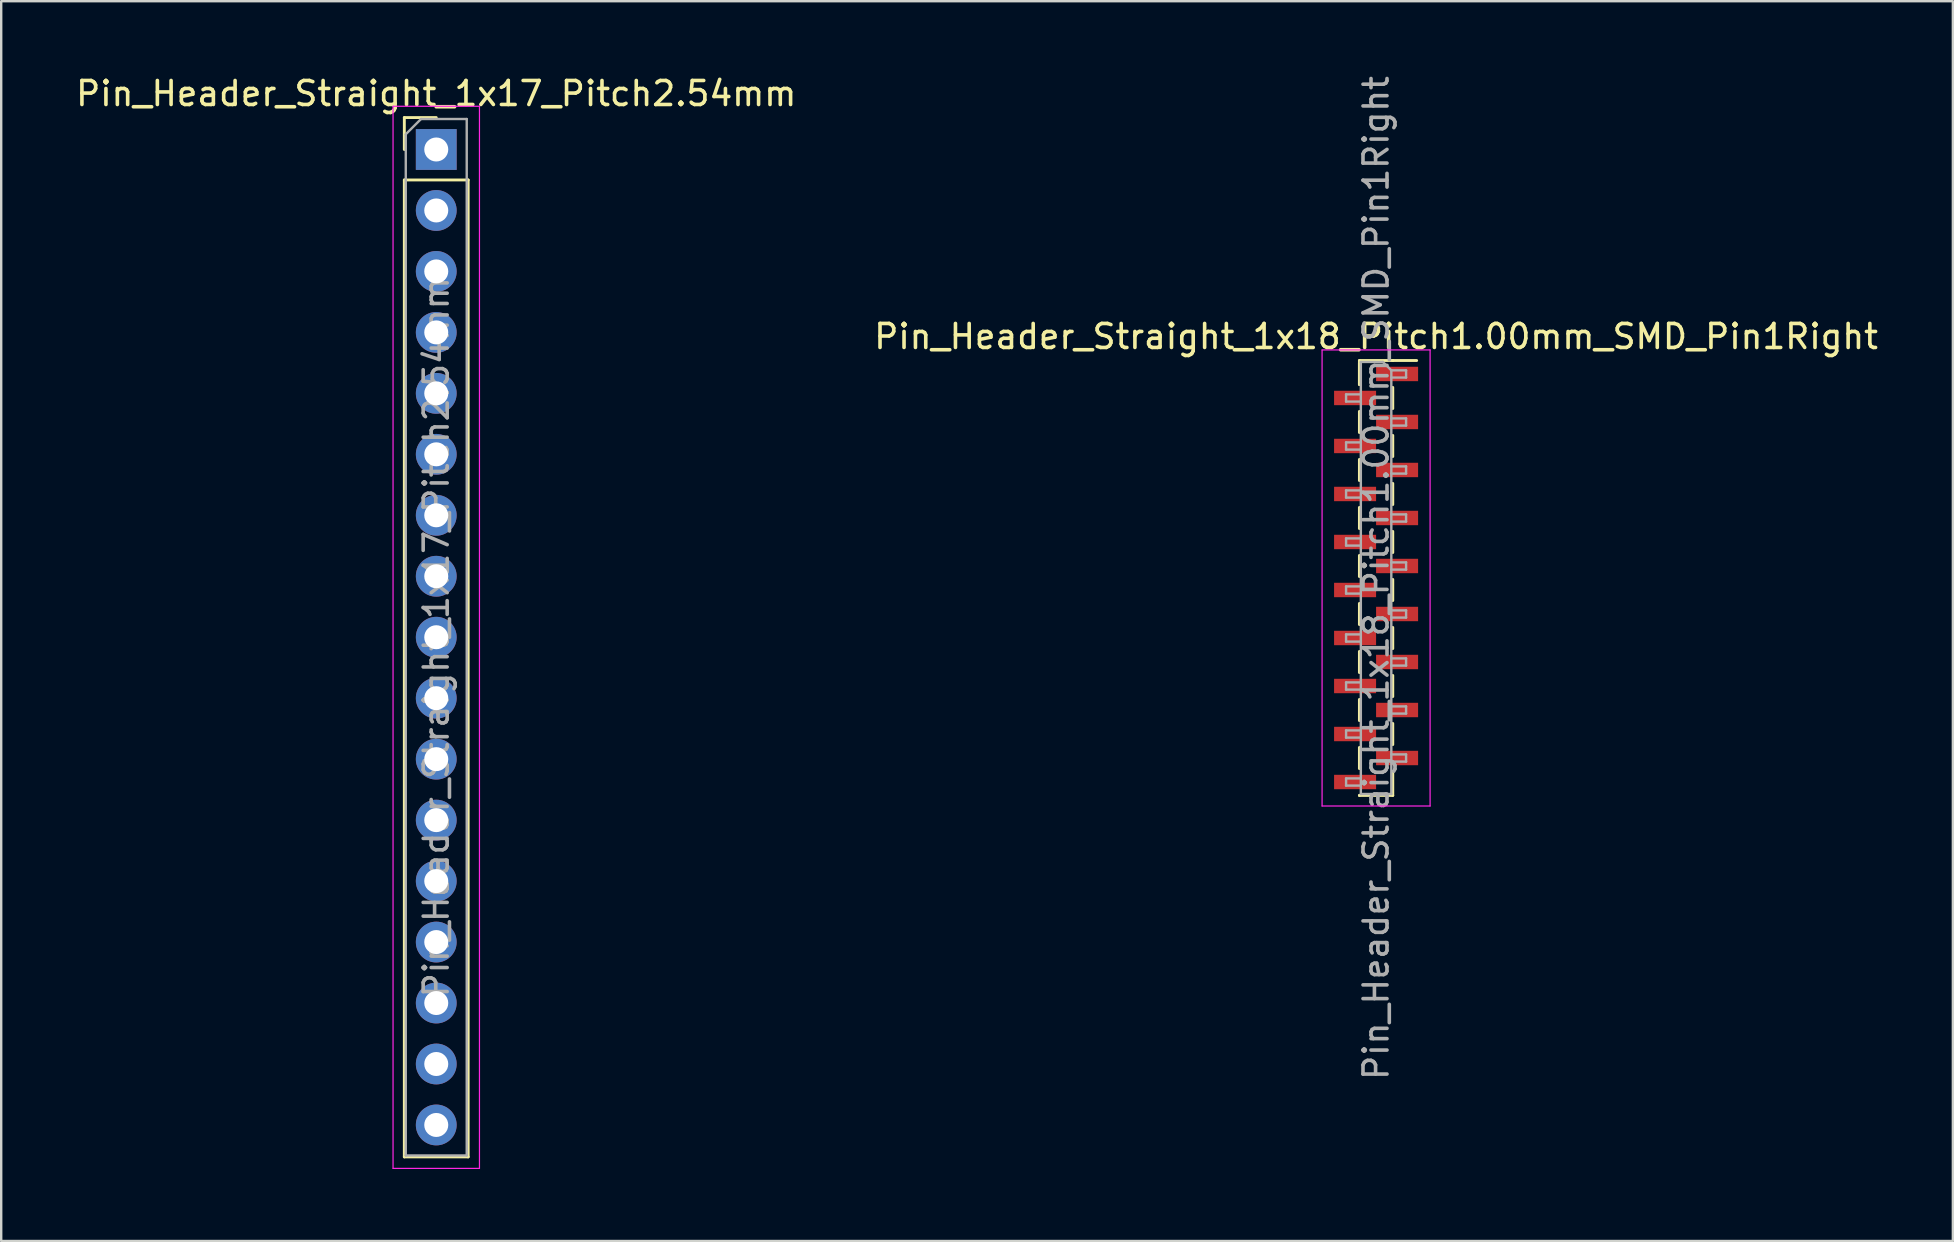
<source format=kicad_pcb>
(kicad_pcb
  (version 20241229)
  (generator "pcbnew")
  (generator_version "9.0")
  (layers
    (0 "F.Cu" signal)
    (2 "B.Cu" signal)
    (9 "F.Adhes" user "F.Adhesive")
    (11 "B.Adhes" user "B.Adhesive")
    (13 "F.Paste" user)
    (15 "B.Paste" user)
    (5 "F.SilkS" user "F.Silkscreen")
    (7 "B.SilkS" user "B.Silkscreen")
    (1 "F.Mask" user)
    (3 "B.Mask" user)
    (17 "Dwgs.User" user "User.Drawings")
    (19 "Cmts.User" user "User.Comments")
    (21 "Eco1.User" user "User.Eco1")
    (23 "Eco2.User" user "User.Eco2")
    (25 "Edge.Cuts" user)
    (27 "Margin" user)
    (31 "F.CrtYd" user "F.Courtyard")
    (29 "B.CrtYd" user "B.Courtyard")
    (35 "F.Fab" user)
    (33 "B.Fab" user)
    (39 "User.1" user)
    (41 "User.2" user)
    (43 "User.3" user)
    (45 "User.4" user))
  (footprint "Pin_Header_Straight_1x17_Pitch2.54mm"
    (layer "F.Cu")
    (at 15.125 3.178)
    (property "Reference" "Pin_Header_Straight_1x17_Pitch2.54mm" (at 0 -2.33 0) (layer "F.SilkS") (effects (font (size 1 1) (thickness 0.15))))
    (attr through_hole)
    (fp_line (start -1.33 -1.33) (end 0 -1.33) (stroke (width 0.12) (type solid)) (layer "F.SilkS"))
    (fp_line (start -1.33 0) (end -1.33 -1.33) (stroke (width 0.12) (type solid)) (layer "F.SilkS"))
    (fp_line (start -1.33 1.27) (end -1.33 41.97) (stroke (width 0.12) (type solid)) (layer "F.SilkS"))
    (fp_line (start -1.33 1.27) (end 1.33 1.27) (stroke (width 0.12) (type solid)) (layer "F.SilkS"))
    (fp_line (start -1.33 41.97) (end 1.33 41.97) (stroke (width 0.12) (type solid)) (layer "F.SilkS"))
    (fp_line (start 1.33 1.27) (end 1.33 41.97) (stroke (width 0.12) (type solid)) (layer "F.SilkS"))
    (fp_line (start -1.8 -1.8) (end -1.8 42.45) (stroke (width 0.05) (type solid)) (layer "F.CrtYd"))
    (fp_line (start -1.8 42.45) (end 1.8 42.45) (stroke (width 0.05) (type solid)) (layer "F.CrtYd"))
    (fp_line (start 1.8 -1.8) (end -1.8 -1.8) (stroke (width 0.05) (type solid)) (layer "F.CrtYd"))
    (fp_line (start 1.8 42.45) (end 1.8 -1.8) (stroke (width 0.05) (type solid)) (layer "F.CrtYd"))
    (fp_line (start -1.27 -0.635) (end -0.635 -1.27) (stroke (width 0.1) (type solid)) (layer "F.Fab"))
    (fp_line (start -1.27 41.91) (end -1.27 -0.635) (stroke (width 0.1) (type solid)) (layer "F.Fab"))
    (fp_line (start -0.635 -1.27) (end 1.27 -1.27) (stroke (width 0.1) (type solid)) (layer "F.Fab"))
    (fp_line (start 1.27 -1.27) (end 1.27 41.91) (stroke (width 0.1) (type solid)) (layer "F.Fab"))
    (fp_line (start 1.27 41.91) (end -1.27 41.91) (stroke (width 0.1) (type solid)) (layer "F.Fab"))
    (fp_text user "${REFERENCE}" (at 0 20.32 90) (layer "F.Fab") (effects (font (size 1 1) (thickness 0.15))))
    (pad "1" thru_hole rect (at 0 0) (size 1.7 1.7) (drill 1) (layers "*.Cu" "*.Mask"))
    (pad "2" thru_hole oval (at 0 2.54) (size 1.7 1.7) (drill 1) (layers "*.Cu" "*.Mask"))
    (pad "3" thru_hole oval (at 0 5.08) (size 1.7 1.7) (drill 1) (layers "*.Cu" "*.Mask"))
    (pad "4" thru_hole oval (at 0 7.62) (size 1.7 1.7) (drill 1) (layers "*.Cu" "*.Mask"))
    (pad "5" thru_hole oval (at 0 10.16) (size 1.7 1.7) (drill 1) (layers "*.Cu" "*.Mask"))
    (pad "6" thru_hole oval (at 0 12.7) (size 1.7 1.7) (drill 1) (layers "*.Cu" "*.Mask"))
    (pad "7" thru_hole oval (at 0 15.24) (size 1.7 1.7) (drill 1) (layers "*.Cu" "*.Mask"))
    (pad "8" thru_hole oval (at 0 17.78) (size 1.7 1.7) (drill 1) (layers "*.Cu" "*.Mask"))
    (pad "9" thru_hole oval (at 0 20.32) (size 1.7 1.7) (drill 1) (layers "*.Cu" "*.Mask"))
    (pad "10" thru_hole oval (at 0 22.86) (size 1.7 1.7) (drill 1) (layers "*.Cu" "*.Mask"))
    (pad "11" thru_hole oval (at 0 25.4) (size 1.7 1.7) (drill 1) (layers "*.Cu" "*.Mask"))
    (pad "12" thru_hole oval (at 0 27.94) (size 1.7 1.7) (drill 1) (layers "*.Cu" "*.Mask"))
    (pad "13" thru_hole oval (at 0 30.48) (size 1.7 1.7) (drill 1) (layers "*.Cu" "*.Mask"))
    (pad "14" thru_hole oval (at 0 33.02) (size 1.7 1.7) (drill 1) (layers "*.Cu" "*.Mask"))
    (pad "15" thru_hole oval (at 0 35.56) (size 1.7 1.7) (drill 1) (layers "*.Cu" "*.Mask"))
    (pad "16" thru_hole oval (at 0 38.1) (size 1.7 1.7) (drill 1) (layers "*.Cu" "*.Mask"))
    (pad "17" thru_hole oval (at 0 40.64) (size 1.7 1.7) (drill 1) (layers "*.Cu" "*.Mask")))
  (footprint "Pin_Header_Straight_1x18_Pitch1.00mm_SMD_Pin1Right"
    (layer "F.Cu")
    (at 54.28 21.03)
    (property "Reference" "Pin_Header_Straight_1x18_Pitch1.00mm_SMD_Pin1Right" (at 0 -10.06 0) (layer "F.SilkS") (effects (font (size 1 1) (thickness 0.15))))
    (attr smd)
    (fp_line (start -0.695 -9.06) (end -0.695 -8.06) (stroke (width 0.12) (type solid)) (layer "F.SilkS"))
    (fp_line (start -0.695 -9.06) (end 0.695 -9.06) (stroke (width 0.12) (type solid)) (layer "F.SilkS"))
    (fp_line (start -0.695 -8.94) (end -0.695 -8.06) (stroke (width 0.12) (type solid)) (layer "F.SilkS"))
    (fp_line (start -0.695 -6.94) (end -0.695 -6.06) (stroke (width 0.12) (type solid)) (layer "F.SilkS"))
    (fp_line (start -0.695 -4.94) (end -0.695 -4.06) (stroke (width 0.12) (type solid)) (layer "F.SilkS"))
    (fp_line (start -0.695 -2.94) (end -0.695 -2.06) (stroke (width 0.12) (type solid)) (layer "F.SilkS"))
    (fp_line (start -0.695 -0.94) (end -0.695 -0.06) (stroke (width 0.12) (type solid)) (layer "F.SilkS"))
    (fp_line (start -0.695 1.06) (end -0.695 1.94) (stroke (width 0.12) (type solid)) (layer "F.SilkS"))
    (fp_line (start -0.695 3.06) (end -0.695 3.94) (stroke (width 0.12) (type solid)) (layer "F.SilkS"))
    (fp_line (start -0.695 5.06) (end -0.695 5.94) (stroke (width 0.12) (type solid)) (layer "F.SilkS"))
    (fp_line (start -0.695 7.06) (end -0.695 7.94) (stroke (width 0.12) (type solid)) (layer "F.SilkS"))
    (fp_line (start -0.695 9.06) (end -0.695 9.06) (stroke (width 0.12) (type solid)) (layer "F.SilkS"))
    (fp_line (start -0.695 9.06) (end 0.695 9.06) (stroke (width 0.12) (type solid)) (layer "F.SilkS"))
    (fp_line (start 0.695 -9.06) (end 0.695 -9.06) (stroke (width 0.12) (type solid)) (layer "F.SilkS"))
    (fp_line (start 0.695 -9.06) (end 1.69 -9.06) (stroke (width 0.12) (type solid)) (layer "F.SilkS"))
    (fp_line (start 0.695 -7.94) (end 0.695 -7.06) (stroke (width 0.12) (type solid)) (layer "F.SilkS"))
    (fp_line (start 0.695 -5.94) (end 0.695 -5.06) (stroke (width 0.12) (type solid)) (layer "F.SilkS"))
    (fp_line (start 0.695 -3.94) (end 0.695 -3.06) (stroke (width 0.12) (type solid)) (layer "F.SilkS"))
    (fp_line (start 0.695 -1.94) (end 0.695 -1.06) (stroke (width 0.12) (type solid)) (layer "F.SilkS"))
    (fp_line (start 0.695 0.06) (end 0.695 0.94) (stroke (width 0.12) (type solid)) (layer "F.SilkS"))
    (fp_line (start 0.695 2.06) (end 0.695 2.94) (stroke (width 0.12) (type solid)) (layer "F.SilkS"))
    (fp_line (start 0.695 4.06) (end 0.695 4.94) (stroke (width 0.12) (type solid)) (layer "F.SilkS"))
    (fp_line (start 0.695 6.06) (end 0.695 6.94) (stroke (width 0.12) (type solid)) (layer "F.SilkS"))
    (fp_line (start 0.695 8.06) (end 0.695 9.06) (stroke (width 0.12) (type solid)) (layer "F.SilkS"))
    (fp_line (start -2.25 -9.5) (end -2.25 9.5) (stroke (width 0.05) (type solid)) (layer "F.CrtYd"))
    (fp_line (start -2.25 9.5) (end 2.25 9.5) (stroke (width 0.05) (type solid)) (layer "F.CrtYd"))
    (fp_line (start 2.25 -9.5) (end -2.25 -9.5) (stroke (width 0.05) (type solid)) (layer "F.CrtYd"))
    (fp_line (start 2.25 9.5) (end 2.25 -9.5) (stroke (width 0.05) (type solid)) (layer "F.CrtYd"))
    (fp_line (start -1.25 -7.65) (end -1.25 -7.35) (stroke (width 0.1) (type solid)) (layer "F.Fab"))
    (fp_line (start -1.25 -7.35) (end -0.635 -7.35) (stroke (width 0.1) (type solid)) (layer "F.Fab"))
    (fp_line (start -1.25 -5.65) (end -1.25 -5.35) (stroke (width 0.1) (type solid)) (layer "F.Fab"))
    (fp_line (start -1.25 -5.35) (end -0.635 -5.35) (stroke (width 0.1) (type solid)) (layer "F.Fab"))
    (fp_line (start -1.25 -3.65) (end -1.25 -3.35) (stroke (width 0.1) (type solid)) (layer "F.Fab"))
    (fp_line (start -1.25 -3.35) (end -0.635 -3.35) (stroke (width 0.1) (type solid)) (layer "F.Fab"))
    (fp_line (start -1.25 -1.65) (end -1.25 -1.35) (stroke (width 0.1) (type solid)) (layer "F.Fab"))
    (fp_line (start -1.25 -1.35) (end -0.635 -1.35) (stroke (width 0.1) (type solid)) (layer "F.Fab"))
    (fp_line (start -1.25 0.35) (end -1.25 0.65) (stroke (width 0.1) (type solid)) (layer "F.Fab"))
    (fp_line (start -1.25 0.65) (end -0.635 0.65) (stroke (width 0.1) (type solid)) (layer "F.Fab"))
    (fp_line (start -1.25 2.35) (end -1.25 2.65) (stroke (width 0.1) (type solid)) (layer "F.Fab"))
    (fp_line (start -1.25 2.65) (end -0.635 2.65) (stroke (width 0.1) (type solid)) (layer "F.Fab"))
    (fp_line (start -1.25 4.35) (end -1.25 4.65) (stroke (width 0.1) (type solid)) (layer "F.Fab"))
    (fp_line (start -1.25 4.65) (end -0.635 4.65) (stroke (width 0.1) (type solid)) (layer "F.Fab"))
    (fp_line (start -1.25 6.35) (end -1.25 6.65) (stroke (width 0.1) (type solid)) (layer "F.Fab"))
    (fp_line (start -1.25 6.65) (end -0.635 6.65) (stroke (width 0.1) (type solid)) (layer "F.Fab"))
    (fp_line (start -1.25 8.35) (end -1.25 8.65) (stroke (width 0.1) (type solid)) (layer "F.Fab"))
    (fp_line (start -1.25 8.65) (end -0.635 8.65) (stroke (width 0.1) (type solid)) (layer "F.Fab"))
    (fp_line (start -0.635 -9) (end -0.635 9) (stroke (width 0.1) (type solid)) (layer "F.Fab"))
    (fp_line (start -0.635 -9) (end 0.285 -9) (stroke (width 0.1) (type solid)) (layer "F.Fab"))
    (fp_line (start -0.635 -7.65) (end -1.25 -7.65) (stroke (width 0.1) (type solid)) (layer "F.Fab"))
    (fp_line (start -0.635 -5.65) (end -1.25 -5.65) (stroke (width 0.1) (type solid)) (layer "F.Fab"))
    (fp_line (start -0.635 -3.65) (end -1.25 -3.65) (stroke (width 0.1) (type solid)) (layer "F.Fab"))
    (fp_line (start -0.635 -1.65) (end -1.25 -1.65) (stroke (width 0.1) (type solid)) (layer "F.Fab"))
    (fp_line (start -0.635 0.35) (end -1.25 0.35) (stroke (width 0.1) (type solid)) (layer "F.Fab"))
    (fp_line (start -0.635 2.35) (end -1.25 2.35) (stroke (width 0.1) (type solid)) (layer "F.Fab"))
    (fp_line (start -0.635 4.35) (end -1.25 4.35) (stroke (width 0.1) (type solid)) (layer "F.Fab"))
    (fp_line (start -0.635 6.35) (end -1.25 6.35) (stroke (width 0.1) (type solid)) (layer "F.Fab"))
    (fp_line (start -0.635 8.35) (end -1.25 8.35) (stroke (width 0.1) (type solid)) (layer "F.Fab"))
    (fp_line (start 0.635 -8.65) (end 0.285 -9) (stroke (width 0.1) (type solid)) (layer "F.Fab"))
    (fp_line (start 0.635 -8.65) (end 1.25 -8.65) (stroke (width 0.1) (type solid)) (layer "F.Fab"))
    (fp_line (start 0.635 -6.65) (end 1.25 -6.65) (stroke (width 0.1) (type solid)) (layer "F.Fab"))
    (fp_line (start 0.635 -4.65) (end 1.25 -4.65) (stroke (width 0.1) (type solid)) (layer "F.Fab"))
    (fp_line (start 0.635 -2.65) (end 1.25 -2.65) (stroke (width 0.1) (type solid)) (layer "F.Fab"))
    (fp_line (start 0.635 -0.65) (end 1.25 -0.65) (stroke (width 0.1) (type solid)) (layer "F.Fab"))
    (fp_line (start 0.635 1.35) (end 1.25 1.35) (stroke (width 0.1) (type solid)) (layer "F.Fab"))
    (fp_line (start 0.635 3.35) (end 1.25 3.35) (stroke (width 0.1) (type solid)) (layer "F.Fab"))
    (fp_line (start 0.635 5.35) (end 1.25 5.35) (stroke (width 0.1) (type solid)) (layer "F.Fab"))
    (fp_line (start 0.635 7.35) (end 1.25 7.35) (stroke (width 0.1) (type solid)) (layer "F.Fab"))
    (fp_line (start 0.635 9) (end -0.635 9) (stroke (width 0.1) (type solid)) (layer "F.Fab"))
    (fp_line (start 0.635 9) (end 0.635 -8.65) (stroke (width 0.1) (type solid)) (layer "F.Fab"))
    (fp_line (start 1.25 -8.65) (end 1.25 -8.35) (stroke (width 0.1) (type solid)) (layer "F.Fab"))
    (fp_line (start 1.25 -8.35) (end 0.635 -8.35) (stroke (width 0.1) (type solid)) (layer "F.Fab"))
    (fp_line (start 1.25 -6.65) (end 1.25 -6.35) (stroke (width 0.1) (type solid)) (layer "F.Fab"))
    (fp_line (start 1.25 -6.35) (end 0.635 -6.35) (stroke (width 0.1) (type solid)) (layer "F.Fab"))
    (fp_line (start 1.25 -4.65) (end 1.25 -4.35) (stroke (width 0.1) (type solid)) (layer "F.Fab"))
    (fp_line (start 1.25 -4.35) (end 0.635 -4.35) (stroke (width 0.1) (type solid)) (layer "F.Fab"))
    (fp_line (start 1.25 -2.65) (end 1.25 -2.35) (stroke (width 0.1) (type solid)) (layer "F.Fab"))
    (fp_line (start 1.25 -2.35) (end 0.635 -2.35) (stroke (width 0.1) (type solid)) (layer "F.Fab"))
    (fp_line (start 1.25 -0.65) (end 1.25 -0.35) (stroke (width 0.1) (type solid)) (layer "F.Fab"))
    (fp_line (start 1.25 -0.35) (end 0.635 -0.35) (stroke (width 0.1) (type solid)) (layer "F.Fab"))
    (fp_line (start 1.25 1.35) (end 1.25 1.65) (stroke (width 0.1) (type solid)) (layer "F.Fab"))
    (fp_line (start 1.25 1.65) (end 0.635 1.65) (stroke (width 0.1) (type solid)) (layer "F.Fab"))
    (fp_line (start 1.25 3.35) (end 1.25 3.65) (stroke (width 0.1) (type solid)) (layer "F.Fab"))
    (fp_line (start 1.25 3.65) (end 0.635 3.65) (stroke (width 0.1) (type solid)) (layer "F.Fab"))
    (fp_line (start 1.25 5.35) (end 1.25 5.65) (stroke (width 0.1) (type solid)) (layer "F.Fab"))
    (fp_line (start 1.25 5.65) (end 0.635 5.65) (stroke (width 0.1) (type solid)) (layer "F.Fab"))
    (fp_line (start 1.25 7.35) (end 1.25 7.65) (stroke (width 0.1) (type solid)) (layer "F.Fab"))
    (fp_line (start 1.25 7.65) (end 0.635 7.65) (stroke (width 0.1) (type solid)) (layer "F.Fab"))
    (fp_text user "${REFERENCE}" (at 0 0 90) (layer "F.Fab") (effects (font (size 1 1) (thickness 0.15))))
    (pad "1" smd rect (at 0.875 -8.5) (size 1.75 0.6) (layers "F.Cu" "F.Mask" "F.Paste"))
    (pad "2" smd rect (at -0.875 -7.5) (size 1.75 0.6) (layers "F.Cu" "F.Mask" "F.Paste"))
    (pad "3" smd rect (at 0.875 -6.5) (size 1.75 0.6) (layers "F.Cu" "F.Mask" "F.Paste"))
    (pad "4" smd rect (at -0.875 -5.5) (size 1.75 0.6) (layers "F.Cu" "F.Mask" "F.Paste"))
    (pad "5" smd rect (at 0.875 -4.5) (size 1.75 0.6) (layers "F.Cu" "F.Mask" "F.Paste"))
    (pad "6" smd rect (at -0.875 -3.5) (size 1.75 0.6) (layers "F.Cu" "F.Mask" "F.Paste"))
    (pad "7" smd rect (at 0.875 -2.5) (size 1.75 0.6) (layers "F.Cu" "F.Mask" "F.Paste"))
    (pad "8" smd rect (at -0.875 -1.5) (size 1.75 0.6) (layers "F.Cu" "F.Mask" "F.Paste"))
    (pad "9" smd rect (at 0.875 -0.5) (size 1.75 0.6) (layers "F.Cu" "F.Mask" "F.Paste"))
    (pad "10" smd rect (at -0.875 0.5) (size 1.75 0.6) (layers "F.Cu" "F.Mask" "F.Paste"))
    (pad "11" smd rect (at 0.875 1.5) (size 1.75 0.6) (layers "F.Cu" "F.Mask" "F.Paste"))
    (pad "12" smd rect (at -0.875 2.5) (size 1.75 0.6) (layers "F.Cu" "F.Mask" "F.Paste"))
    (pad "13" smd rect (at 0.875 3.5) (size 1.75 0.6) (layers "F.Cu" "F.Mask" "F.Paste"))
    (pad "14" smd rect (at -0.875 4.5) (size 1.75 0.6) (layers "F.Cu" "F.Mask" "F.Paste"))
    (pad "15" smd rect (at 0.875 5.5) (size 1.75 0.6) (layers "F.Cu" "F.Mask" "F.Paste"))
    (pad "16" smd rect (at -0.875 6.5) (size 1.75 0.6) (layers "F.Cu" "F.Mask" "F.Paste"))
    (pad "17" smd rect (at 0.875 7.5) (size 1.75 0.6) (layers "F.Cu" "F.Mask" "F.Paste"))
    (pad "18" smd rect (at -0.875 8.5) (size 1.75 0.6) (layers "F.Cu" "F.Mask" "F.Paste")))
  (gr_rect
    (start -3 -3)
    (end 78.31 48.653)
    (stroke (width 0.1) (type default))
    (fill no)
    (layer "Edge.Cuts")))
</source>
